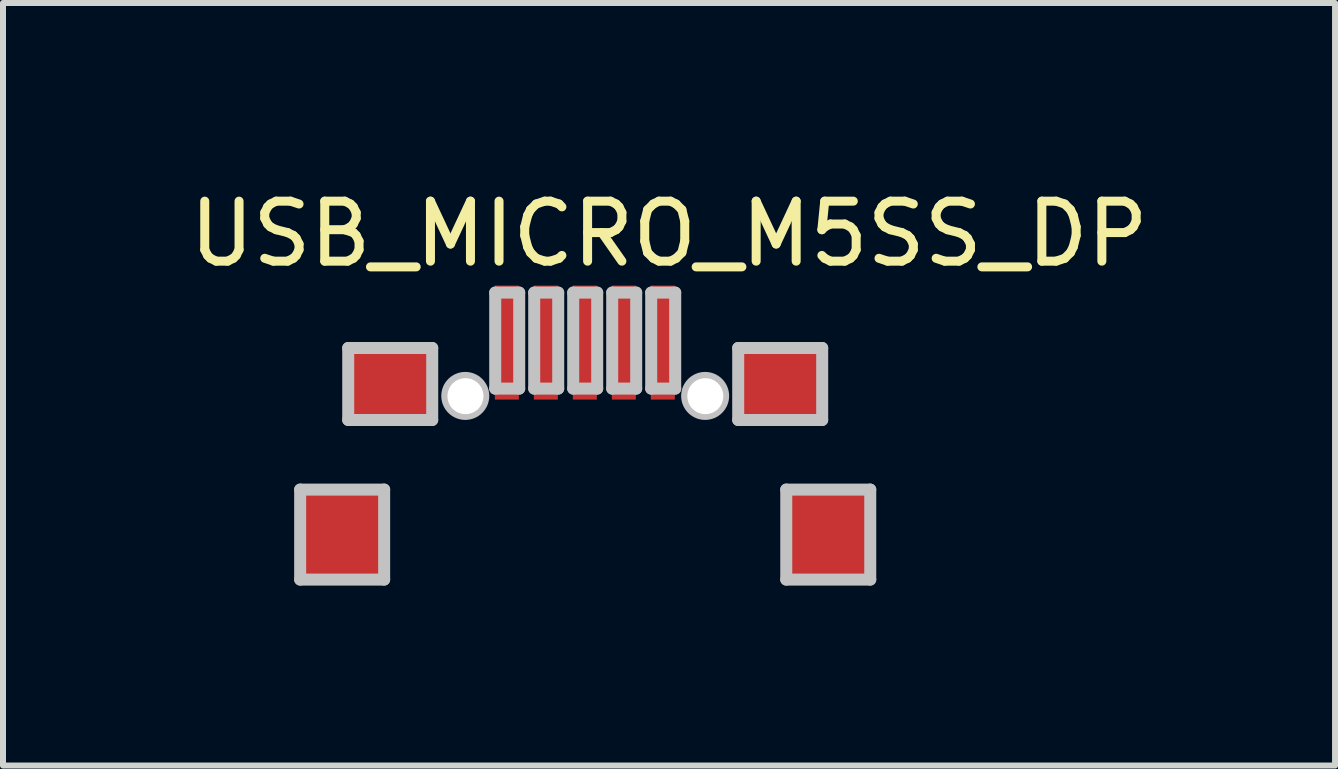
<source format=kicad_pcb>
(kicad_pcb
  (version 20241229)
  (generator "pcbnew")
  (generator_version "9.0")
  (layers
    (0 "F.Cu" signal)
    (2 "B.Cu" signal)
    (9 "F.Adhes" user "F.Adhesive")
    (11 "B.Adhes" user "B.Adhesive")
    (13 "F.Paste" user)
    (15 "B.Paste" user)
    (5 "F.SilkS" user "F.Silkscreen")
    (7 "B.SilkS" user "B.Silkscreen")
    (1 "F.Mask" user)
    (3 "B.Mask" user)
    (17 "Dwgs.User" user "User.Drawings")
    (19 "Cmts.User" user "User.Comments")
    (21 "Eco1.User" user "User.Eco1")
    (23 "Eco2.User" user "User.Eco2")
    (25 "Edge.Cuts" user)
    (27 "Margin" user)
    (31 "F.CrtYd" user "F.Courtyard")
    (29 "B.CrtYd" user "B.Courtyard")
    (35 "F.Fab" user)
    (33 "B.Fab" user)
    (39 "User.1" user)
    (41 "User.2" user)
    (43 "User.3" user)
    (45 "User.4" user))
  (footprint "USB_MICRO_M5SS_DP"
    (layer "F.Cu")
    (at 8.101 0.348)
    (property "Reference" "USB_MICRO_M5SS_DP" (at 0 0.5 0) (layer "F.SilkS") (effects (font (size 1 1) (thickness 0.15))))
    (attr through_hole)
    (fp_line (start -6.148 4.762) (end -4.748 4.762) (stroke (width 0.2) (type solid)) (layer "Dwgs.User"))
    (fp_line (start -6.148 6.262) (end -6.148 4.762) (stroke (width 0.2) (type solid)) (layer "Dwgs.User"))
    (fp_line (start -5.347 2.402) (end -3.947 2.402) (stroke (width 0.2) (type solid)) (layer "Dwgs.User"))
    (fp_line (start -5.347 3.602) (end -5.347 2.402) (stroke (width 0.2) (type solid)) (layer "Dwgs.User"))
    (fp_line (start -4.748 4.762) (end -4.748 6.262) (stroke (width 0.2) (type solid)) (layer "Dwgs.User"))
    (fp_line (start -4.748 6.262) (end -6.148 6.262) (stroke (width 0.2) (type solid)) (layer "Dwgs.User"))
    (fp_line (start -3.947 2.402) (end -3.947 3.602) (stroke (width 0.2) (type solid)) (layer "Dwgs.User"))
    (fp_line (start -3.947 3.602) (end -5.347 3.602) (stroke (width 0.2) (type solid)) (layer "Dwgs.User"))
    (fp_line (start -2.897 1.479) (end -2.497 1.479) (stroke (width 0.2) (type solid)) (layer "Dwgs.User"))
    (fp_line (start -2.897 3.079) (end -2.897 1.479) (stroke (width 0.2) (type solid)) (layer "Dwgs.User"))
    (fp_line (start -2.497 1.479) (end -2.497 3.079) (stroke (width 0.2) (type solid)) (layer "Dwgs.User"))
    (fp_line (start -2.497 3.079) (end -2.897 3.079) (stroke (width 0.2) (type solid)) (layer "Dwgs.User"))
    (fp_line (start -2.247 1.479) (end -1.847 1.479) (stroke (width 0.2) (type solid)) (layer "Dwgs.User"))
    (fp_line (start -2.247 3.079) (end -2.247 1.479) (stroke (width 0.2) (type solid)) (layer "Dwgs.User"))
    (fp_line (start -1.847 1.479) (end -1.847 3.079) (stroke (width 0.2) (type solid)) (layer "Dwgs.User"))
    (fp_line (start -1.847 3.079) (end -2.247 3.079) (stroke (width 0.2) (type solid)) (layer "Dwgs.User"))
    (fp_line (start -1.597 1.479) (end -1.197 1.479) (stroke (width 0.2) (type solid)) (layer "Dwgs.User"))
    (fp_line (start -1.597 3.079) (end -1.597 1.479) (stroke (width 0.2) (type solid)) (layer "Dwgs.User"))
    (fp_line (start -1.197 1.479) (end -1.197 3.079) (stroke (width 0.2) (type solid)) (layer "Dwgs.User"))
    (fp_line (start -1.197 3.079) (end -1.597 3.079) (stroke (width 0.2) (type solid)) (layer "Dwgs.User"))
    (fp_line (start -0.947 1.479) (end -0.547 1.479) (stroke (width 0.2) (type solid)) (layer "Dwgs.User"))
    (fp_line (start -0.947 3.079) (end -0.947 1.479) (stroke (width 0.2) (type solid)) (layer "Dwgs.User"))
    (fp_line (start -0.547 1.479) (end -0.547 3.079) (stroke (width 0.2) (type solid)) (layer "Dwgs.User"))
    (fp_line (start -0.547 3.079) (end -0.947 3.079) (stroke (width 0.2) (type solid)) (layer "Dwgs.User"))
    (fp_line (start -0.297 1.479) (end 0.103 1.479) (stroke (width 0.2) (type solid)) (layer "Dwgs.User"))
    (fp_line (start -0.297 3.079) (end -0.297 1.479) (stroke (width 0.2) (type solid)) (layer "Dwgs.User"))
    (fp_line (start 0.103 1.479) (end 0.103 3.079) (stroke (width 0.2) (type solid)) (layer "Dwgs.User"))
    (fp_line (start 0.103 3.079) (end -0.297 3.079) (stroke (width 0.2) (type solid)) (layer "Dwgs.User"))
    (fp_line (start 1.153 2.402) (end 2.553 2.402) (stroke (width 0.2) (type solid)) (layer "Dwgs.User"))
    (fp_line (start 1.153 3.602) (end 1.153 2.402) (stroke (width 0.2) (type solid)) (layer "Dwgs.User"))
    (fp_line (start 1.954 4.762) (end 3.354 4.762) (stroke (width 0.2) (type solid)) (layer "Dwgs.User"))
    (fp_line (start 1.954 6.262) (end 1.954 4.762) (stroke (width 0.2) (type solid)) (layer "Dwgs.User"))
    (fp_line (start 2.553 2.402) (end 2.553 3.602) (stroke (width 0.2) (type solid)) (layer "Dwgs.User"))
    (fp_line (start 2.553 3.602) (end 1.153 3.602) (stroke (width 0.2) (type solid)) (layer "Dwgs.User"))
    (fp_line (start 3.354 4.762) (end 3.354 6.262) (stroke (width 0.2) (type solid)) (layer "Dwgs.User"))
    (fp_line (start 3.354 6.262) (end 1.954 6.262) (stroke (width 0.2) (type solid)) (layer "Dwgs.User"))
    (fp_circle (center -3.396 3.201) (end -3.096 3.201) (stroke (width 0.2) (type solid)) (fill no) (layer "Dwgs.User"))
    (fp_circle (center 0.602 3.201) (end 0.902 3.201) (stroke (width 0.2) (type solid)) (fill no) (layer "Dwgs.User"))
    (pad "" np_thru_hole circle (at -3.393 3.205) (size 0.6 0.6) (drill 0.6) (layers "*.Cu" "*.Mask"))
    (pad "" np_thru_hole circle (at 0.605 3.205) (size 0.6 0.6) (drill 0.6) (layers "*.Cu" "*.Mask"))
    (pad "1" smd rect (at -2.703 2.312) (size 0.4 1.9) (layers "F.Cu" "F.Mask" "F.Paste"))
    (pad "2" smd rect (at -2.053 2.312) (size 0.4 1.9) (layers "F.Cu" "F.Mask" "F.Paste"))
    (pad "3" smd rect (at -1.403 2.312) (size 0.4 1.9) (layers "F.Cu" "F.Mask" "F.Paste"))
    (pad "4" smd rect (at -0.753 2.312) (size 0.4 1.9) (layers "F.Cu" "F.Mask" "F.Paste"))
    (pad "5" smd rect (at -0.103 2.312) (size 0.4 1.9) (layers "F.Cu" "F.Mask" "F.Paste"))
    (pad "6" smd rect (at -4.648 2.987) (size 1.4 1.2) (layers "F.Cu" "F.Mask" "F.Paste"))
    (pad "7" smd rect (at -5.441 5.491) (size 1.4 1.5) (layers "F.Cu" "F.Mask" "F.Paste"))
    (pad "8" smd rect (at 2.672 5.502) (size 1.4 1.5) (layers "F.Cu" "F.Mask" "F.Paste"))
    (pad "9" smd rect (at 1.854 2.977) (size 1.4 1.2) (layers "F.Cu" "F.Mask" "F.Paste")))
  (gr_rect
    (start -3 -3)
    (end 19.202 9.71)
    (stroke (width 0.1) (type default))
    (fill no)
    (layer "Edge.Cuts")))
</source>
